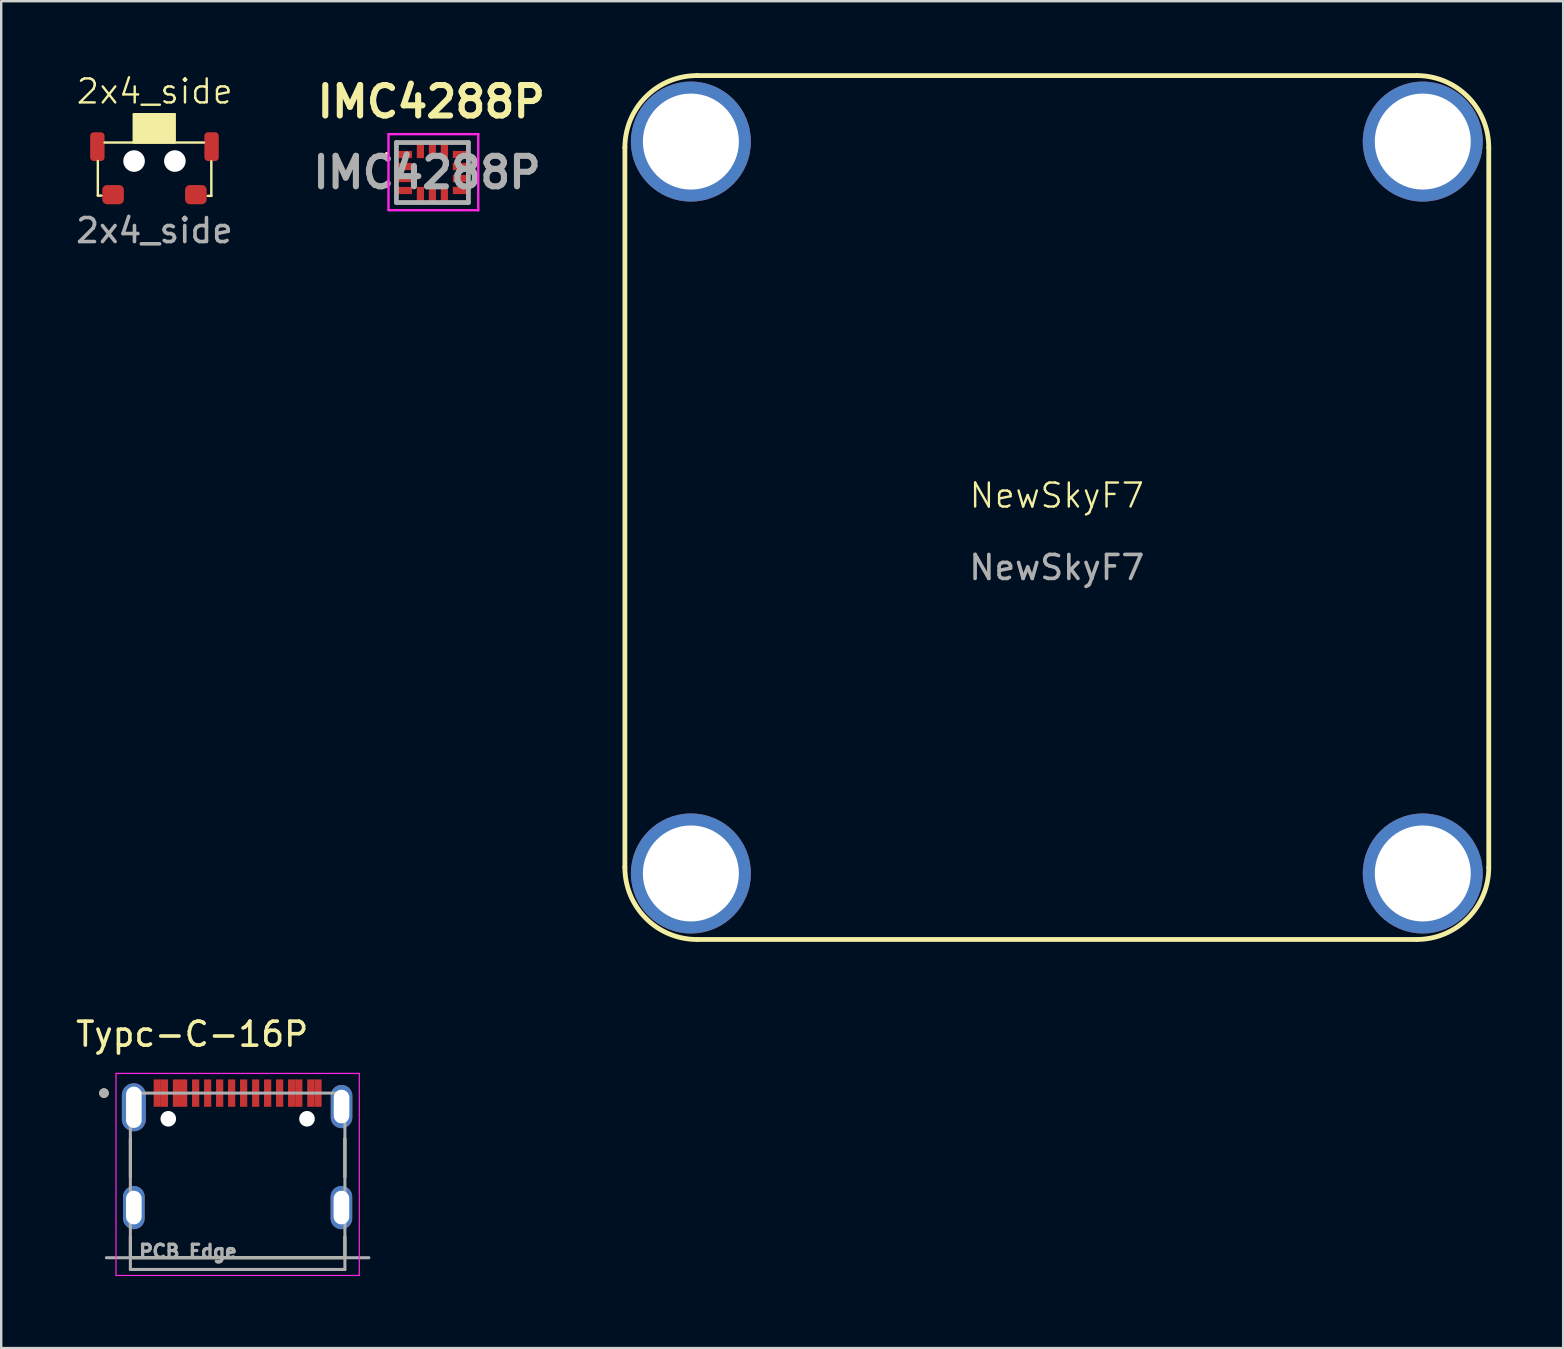
<source format=kicad_pcb>
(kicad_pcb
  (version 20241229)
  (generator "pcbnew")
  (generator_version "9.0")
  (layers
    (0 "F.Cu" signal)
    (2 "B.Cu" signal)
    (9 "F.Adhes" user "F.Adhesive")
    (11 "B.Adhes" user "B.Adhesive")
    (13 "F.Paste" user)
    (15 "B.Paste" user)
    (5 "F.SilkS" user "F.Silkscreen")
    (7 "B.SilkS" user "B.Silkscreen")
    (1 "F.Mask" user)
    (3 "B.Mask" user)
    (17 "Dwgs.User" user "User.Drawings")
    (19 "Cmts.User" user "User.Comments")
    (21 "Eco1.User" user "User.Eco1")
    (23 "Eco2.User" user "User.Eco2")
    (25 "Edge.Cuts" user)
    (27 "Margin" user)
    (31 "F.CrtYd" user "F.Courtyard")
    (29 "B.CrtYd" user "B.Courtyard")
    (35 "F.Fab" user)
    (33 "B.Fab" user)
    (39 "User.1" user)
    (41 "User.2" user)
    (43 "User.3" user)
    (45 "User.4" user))
  (footprint "Typc-C-16P"
    (layer "F.Cu")
    (at 6.853 42.503)
    (property "Reference" "Typc-C-16P" (at -1.895 -2.455 0) (layer "F.SilkS") (effects (font (size 1 1) (thickness 0.15))))
    (attr through_hole)
    (fp_line (start -4.47 1.9) (end -4.47 3.5) (stroke (width 0.127) (type solid)) (layer "F.SilkS"))
    (fp_line (start -4.47 6.86) (end -4.47 6) (stroke (width 0.127) (type solid)) (layer "F.SilkS"))
    (fp_line (start -4.47 6.86) (end 4.47 6.86) (stroke (width 0.127) (type solid)) (layer "F.SilkS"))
    (fp_line (start 4.47 1.9) (end 4.47 3.5) (stroke (width 0.127) (type solid)) (layer "F.SilkS"))
    (fp_line (start 4.47 6.86) (end 4.47 6) (stroke (width 0.127) (type solid)) (layer "F.SilkS"))
    (fp_circle (center -5.57 0) (end -5.47 0) (stroke (width 0.2) (type solid)) (fill no) (layer "F.SilkS"))
    (fp_line (start -5.07 -0.82) (end -5.07 7.6) (stroke (width 0.05) (type solid)) (layer "F.CrtYd"))
    (fp_line (start -5.07 7.6) (end 5.07 7.6) (stroke (width 0.05) (type solid)) (layer "F.CrtYd"))
    (fp_line (start 5.07 -0.82) (end -5.07 -0.82) (stroke (width 0.05) (type solid)) (layer "F.CrtYd"))
    (fp_line (start 5.07 7.6) (end 5.07 -0.82) (stroke (width 0.05) (type solid)) (layer "F.CrtYd"))
    (fp_line (start -5.47 6.86) (end 5.47 6.86) (stroke (width 0.127) (type solid)) (layer "F.Fab"))
    (fp_line (start -4.47 0) (end -4.47 7.35) (stroke (width 0.127) (type solid)) (layer "F.Fab"))
    (fp_line (start -4.47 7.35) (end 4.47 7.35) (stroke (width 0.127) (type solid)) (layer "F.Fab"))
    (fp_line (start 4.47 0) (end -4.47 0) (stroke (width 0.127) (type solid)) (layer "F.Fab"))
    (fp_line (start 4.47 7.35) (end 4.47 0) (stroke (width 0.127) (type solid)) (layer "F.Fab"))
    (fp_circle (center -5.57 0) (end -5.47 0) (stroke (width 0.2) (type solid)) (fill no) (layer "F.Fab"))
    (fp_text user "PCB Edge" (at -2.07 6.6 0) (layer "F.Fab") (effects (font (size 0.551 0.551) (thickness 0.138))))
    (pad "" np_thru_hole circle (at -2.89 1.07) (size 0.65 0.65) (drill 0.65) (layers "*.Cu" "*.Mask"))
    (pad "" np_thru_hole circle (at 2.89 1.07) (size 0.65 0.65) (drill 0.65) (layers "*.Cu" "*.Mask"))
    (pad "A1" smd rect (at -3.35 0) (size 0.3 1.14) (layers "F.Cu" "F.Mask" "F.Paste"))
    (pad "A4" smd rect (at -2.55 0) (size 0.3 1.14) (layers "F.Cu" "F.Mask" "F.Paste"))
    (pad "A5" smd rect (at -1.25 0) (size 0.3 1.14) (layers "F.Cu" "F.Mask" "F.Paste"))
    (pad "A6" smd rect (at -0.25 0) (size 0.3 1.14) (layers "F.Cu" "F.Mask" "F.Paste"))
    (pad "A7" smd rect (at 0.25 0) (size 0.3 1.14) (layers "F.Cu" "F.Mask" "F.Paste"))
    (pad "A8" smd rect (at 1.25 0) (size 0.3 1.14) (layers "F.Cu" "F.Mask" "F.Paste"))
    (pad "A9" smd rect (at 2.55 0) (size 0.3 1.14) (layers "F.Cu" "F.Mask" "F.Paste"))
    (pad "A12" smd rect (at 3.35 0) (size 0.3 1.14) (layers "F.Cu" "F.Mask" "F.Paste"))
    (pad "B1" smd rect (at 3.05 0) (size 0.3 1.14) (layers "F.Cu" "F.Mask" "F.Paste"))
    (pad "B4" smd rect (at 2.25 0) (size 0.3 1.14) (layers "F.Cu" "F.Mask" "F.Paste"))
    (pad "B5" smd rect (at 1.75 0) (size 0.3 1.14) (layers "F.Cu" "F.Mask" "F.Paste"))
    (pad "B6" smd rect (at 0.75 0) (size 0.3 1.14) (layers "F.Cu" "F.Mask" "F.Paste"))
    (pad "B7" smd rect (at -0.75 0) (size 0.3 1.14) (layers "F.Cu" "F.Mask" "F.Paste"))
    (pad "B8" smd rect (at -1.75 0) (size 0.3 1.14) (layers "F.Cu" "F.Mask" "F.Paste"))
    (pad "B9" smd rect (at -2.25 0) (size 0.3 1.14) (layers "F.Cu" "F.Mask" "F.Paste"))
    (pad "B12" smd rect (at -3.05 0) (size 0.3 1.14) (layers "F.Cu" "F.Mask" "F.Paste"))
    (pad "S1" thru_hole oval (at -4.325 0.59) (size 1 2) (drill oval 0.65 1.72) (layers "*.Cu" "*.Mask"))
    (pad "S2" thru_hole oval (at 4.33 0.56) (size 0.9 1.8) (drill oval 0.65 1.4) (layers "*.Cu" "*.Mask"))
    (pad "S3" thru_hole oval (at -4.325 4.77) (size 0.9 1.8) (drill oval 0.65 1.4) (layers "*.Cu" "*.Mask"))
    (pad "S4" thru_hole oval (at 4.325 4.77) (size 0.9 1.8) (drill oval 0.65 1.4) (layers "*.Cu" "*.Mask")))
  (footprint "IMC4288P"
    (layer "F.Cu")
    (at 14.97 4.139)
    (property "Reference" "IMC4288P" (at -0.05 -2.95 0) (layer "F.SilkS") (effects (font (size 1.27 1.27) (thickness 0.254))))
    (attr smd)
    (fp_line (start -1.9 -0.8) (end -1.9 -0.8) (stroke (width 0.1) (type solid)) (layer "F.SilkS"))
    (fp_line (start -1.9 -0.7) (end -1.9 -0.7) (stroke (width 0.1) (type solid)) (layer "F.SilkS"))
    (fp_line (start -1.5 -1.25) (end -0.8 -1.25) (stroke (width 0.1) (type solid)) (layer "F.SilkS"))
    (fp_line (start -1.5 -1) (end -1.5 -1.25) (stroke (width 0.1) (type solid)) (layer "F.SilkS"))
    (fp_line (start -1.5 1.1) (end -1.5 1.25) (stroke (width 0.1) (type solid)) (layer "F.SilkS"))
    (fp_line (start -1.5 1.25) (end -0.8 1.25) (stroke (width 0.1) (type solid)) (layer "F.SilkS"))
    (fp_line (start 0.8 -1.25) (end 1.5 -1.25) (stroke (width 0.1) (type solid)) (layer "F.SilkS"))
    (fp_line (start 0.8 1.25) (end 1.5 1.25) (stroke (width 0.1) (type solid)) (layer "F.SilkS"))
    (fp_line (start 1.5 -1.25) (end 1.5 -1) (stroke (width 0.1) (type solid)) (layer "F.SilkS"))
    (fp_line (start 1.5 1.25) (end 1.5 1) (stroke (width 0.1) (type solid)) (layer "F.SilkS"))
    (fp_arc (start -1.9 -0.8) (mid -1.85 -0.75) (end -1.9 -0.7) (stroke (width 0.1) (type solid)) (layer "F.SilkS"))
    (fp_arc (start -1.9 -0.7) (mid -1.95 -0.75) (end -1.9 -0.8) (stroke (width 0.1) (type solid)) (layer "F.SilkS"))
    (fp_line (start -1.83 -1.6) (end 1.92 -1.6) (stroke (width 0.1) (type solid)) (layer "F.CrtYd"))
    (fp_line (start -1.83 1.56) (end -1.83 -1.6) (stroke (width 0.1) (type solid)) (layer "F.CrtYd"))
    (fp_line (start 1.91 -1.59) (end 1.91 1.58) (stroke (width 0.1) (type solid)) (layer "F.CrtYd"))
    (fp_line (start 1.91 1.57) (end -1.83 1.57) (stroke (width 0.1) (type solid)) (layer "F.CrtYd"))
    (fp_line (start -1.5 -1.25) (end 1.5 -1.25) (stroke (width 0.2) (type solid)) (layer "F.Fab"))
    (fp_line (start -1.5 1.25) (end -1.5 -1.25) (stroke (width 0.2) (type solid)) (layer "F.Fab"))
    (fp_line (start 1.5 -1.25) (end 1.5 1.25) (stroke (width 0.2) (type solid)) (layer "F.Fab"))
    (fp_line (start 1.5 1.25) (end -1.5 1.25) (stroke (width 0.2) (type solid)) (layer "F.Fab"))
    (fp_text user "${REFERENCE}" (at -0.225 0 0) (layer "F.Fab") (effects (font (size 1.27 1.27) (thickness 0.254))))
    (pad "1" smd rect (at -1.15 -0.75 90) (size 0.3 0.6) (layers "F.Cu" "F.Mask" "F.Paste"))
    (pad "2" smd rect (at -1.15 -0.25 90) (size 0.3 0.6) (layers "F.Cu" "F.Mask" "F.Paste"))
    (pad "3" smd rect (at -1.15 0.25 90) (size 0.3 0.6) (layers "F.Cu" "F.Mask" "F.Paste"))
    (pad "4" smd rect (at -1.15 0.75 90) (size 0.3 0.6) (layers "F.Cu" "F.Mask" "F.Paste"))
    (pad "5" smd rect (at -0.5 0.9) (size 0.3 0.6) (layers "F.Cu" "F.Mask" "F.Paste"))
    (pad "6" smd rect (at 0 0.9) (size 0.3 0.6) (layers "F.Cu" "F.Mask" "F.Paste"))
    (pad "7" smd rect (at 0.5 0.9) (size 0.3 0.6) (layers "F.Cu" "F.Mask" "F.Paste"))
    (pad "8" smd rect (at 1.15 0.75 90) (size 0.3 0.6) (layers "F.Cu" "F.Mask" "F.Paste"))
    (pad "9" smd rect (at 1.15 0.25 90) (size 0.3 0.6) (layers "F.Cu" "F.Mask" "F.Paste"))
    (pad "10" smd rect (at 1.15 -0.25 90) (size 0.3 0.6) (layers "F.Cu" "F.Mask" "F.Paste"))
    (pad "11" smd rect (at 1.15 -0.75 90) (size 0.3 0.6) (layers "F.Cu" "F.Mask" "F.Paste"))
    (pad "12" smd rect (at 0.5 -0.9) (size 0.3 0.6) (layers "F.Cu" "F.Mask" "F.Paste"))
    (pad "13" smd rect (at 0 -0.9) (size 0.3 0.6) (layers "F.Cu" "F.Mask" "F.Paste"))
    (pad "14" smd rect (at -0.5 -0.9) (size 0.3 0.6) (layers "F.Cu" "F.Mask" "F.Paste")))
  (footprint "2x4_side"
    (layer "F.Cu")
    (at 3.387 4.061)
    (property "Reference" "2x4_side" (at 0.01 -3.3 0) (unlocked yes) (layer "F.SilkS") (effects (font (size 1 1) (thickness 0.1))))
    (attr smd)
    (fp_line (start -2.36 -0.4) (end -2.36 1.04) (stroke (width 0.1) (type default)) (layer "F.SilkS"))
    (fp_line (start -2.36 1.04) (end -2.21 1.04) (stroke (width 0.1) (type default)) (layer "F.SilkS"))
    (fp_line (start -2.08 -1.17) (end 2.06 -1.17) (stroke (width 0.1) (type default)) (layer "F.SilkS"))
    (fp_line (start -0.855 -2.35) (end 0.835 -2.35) (stroke (width 0.1) (type default)) (layer "F.SilkS"))
    (fp_line (start -0.855 -1.21) (end -0.855 -2.35) (stroke (width 0.1) (type default)) (layer "F.SilkS"))
    (fp_line (start 0.835 -2.35) (end 0.835 -1.2) (stroke (width 0.1) (type default)) (layer "F.SilkS"))
    (fp_line (start 2.37 -0.39) (end 2.37 1.05) (stroke (width 0.1) (type default)) (layer "F.SilkS"))
    (fp_line (start 2.37 1.05) (end 2.22 1.05) (stroke (width 0.1) (type default)) (layer "F.SilkS"))
    (fp_rect (start -0.855 -2.35) (end 0.835 -1.17) (stroke (width 0.1) (type solid)) (fill yes) (layer "F.SilkS"))
    (fp_text user "${REFERENCE}" (at 0 2.5 0) (unlocked yes) (layer "F.Fab") (effects (font (size 1 1) (thickness 0.15))))
    (pad "" smd roundrect (at -2.38 -1) (size 0.6 1.2) (layers "F.Cu" "F.Mask" "F.Paste") (roundrect_rratio 0.25))
    (pad "" np_thru_hole circle (at -0.85 -0.4) (size 0.9 0.9) (drill 0.9) (layers "*.Cu" "*.Mask"))
    (pad "" np_thru_hole circle (at 0.85 -0.4) (size 0.9 0.9) (drill 0.9) (layers "*.Cu" "*.Mask"))
    (pad "" smd roundrect (at 2.38 -1) (size 0.6 1.2) (layers "F.Cu" "F.Mask" "F.Paste") (roundrect_rratio 0.25))
    (pad "1" smd roundrect (at -1.725 1) (size 0.9 0.8) (layers "F.Cu" "F.Mask" "F.Paste") (roundrect_rratio 0.25))
    (pad "2" smd roundrect (at 1.725 1) (size 0.9 0.8) (layers "F.Cu" "F.Mask" "F.Paste") (roundrect_rratio 0.25)))
  (footprint "NewSkyF7"
    (layer "F.Cu")
    (at 40.991 18.1)
    (property "Reference" "NewSkyF7" (at 0 -0.5 0) (unlocked yes) (layer "F.SilkS") (effects (font (size 1 1) (thickness 0.1))))
    (attr through_hole)
    (fp_line (start -18 15) (end -18 -15) (stroke (width 0.2) (type solid)) (layer "F.SilkS"))
    (fp_line (start -15 -18) (end 15 -18) (stroke (width 0.2) (type solid)) (layer "F.SilkS"))
    (fp_line (start -15 18) (end 15 18) (stroke (width 0.2) (type solid)) (layer "F.SilkS"))
    (fp_line (start 18 15) (end 18 -15) (stroke (width 0.2) (type solid)) (layer "F.SilkS"))
    (fp_arc (start -18 -15) (mid -17.12132 -17.12132) (end -15 -18) (stroke (width 0.2) (type solid)) (layer "F.SilkS"))
    (fp_arc (start -15 18) (mid -17.12132 17.12132) (end -18 15) (stroke (width 0.2) (type solid)) (layer "F.SilkS"))
    (fp_arc (start 15 -18) (mid 17.12132 -17.12132) (end 18 -15) (stroke (width 0.2) (type solid)) (layer "F.SilkS"))
    (fp_arc (start 18 15) (mid 17.12132 17.12132) (end 15 18) (stroke (width 0.2) (type solid)) (layer "F.SilkS"))
    (fp_circle (center 0 0) (end 0.01 0) (stroke (width 0.0001) (type solid)) (fill yes) (layer "F.SilkS"))
    (fp_circle (center 0 0) (end 0.01 0) (stroke (width 0.0001) (type solid)) (fill yes) (layer "F.SilkS"))
    (fp_text user "${REFERENCE}" (at 0 2.5 0) (unlocked yes) (layer "F.Fab") (effects (font (size 1 1) (thickness 0.15))))
    (pad "" thru_hole circle (at -15.25 -15.25) (size 5 5) (drill 4) (layers "*.Cu" "*.Mask"))
    (pad "" thru_hole circle (at -15.25 15.25) (size 5 5) (drill 4) (layers "*.Cu" "*.Mask"))
    (pad "" thru_hole circle (at 15.25 -15.25) (size 5 5) (drill 4) (layers "*.Cu" "*.Mask"))
    (pad "" thru_hole circle (at 15.25 15.25) (size 5 5) (drill 4) (layers "*.Cu" "*.Mask")))
  (gr_rect
    (start -3 -3)
    (end 62.091 53.128)
    (stroke (width 0.1) (type default))
    (fill no)
    (layer "Edge.Cuts")))
</source>
